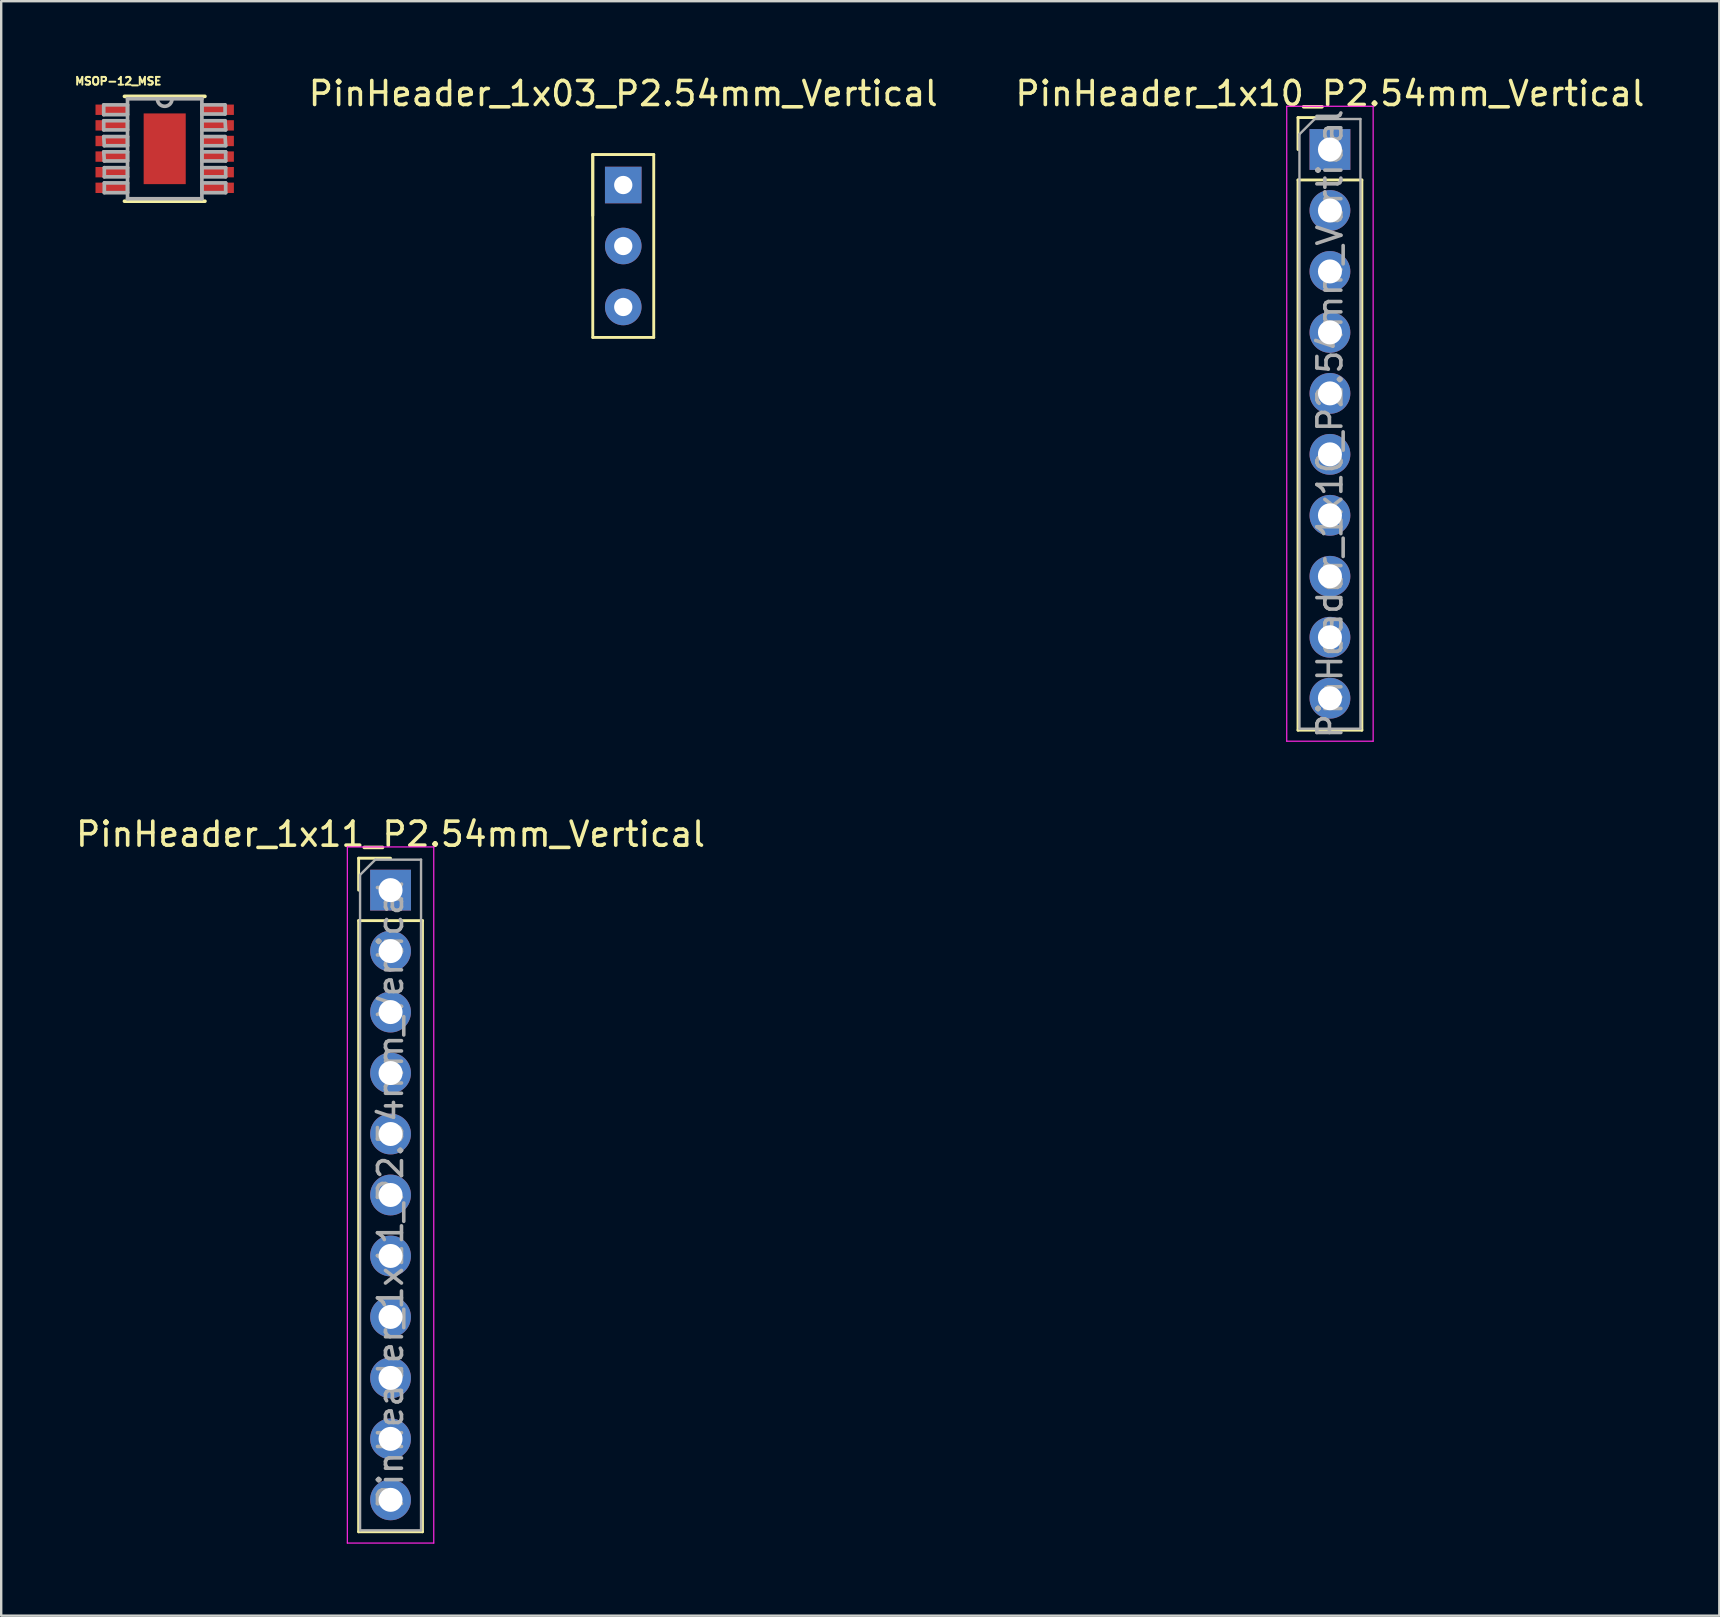
<source format=kicad_pcb>
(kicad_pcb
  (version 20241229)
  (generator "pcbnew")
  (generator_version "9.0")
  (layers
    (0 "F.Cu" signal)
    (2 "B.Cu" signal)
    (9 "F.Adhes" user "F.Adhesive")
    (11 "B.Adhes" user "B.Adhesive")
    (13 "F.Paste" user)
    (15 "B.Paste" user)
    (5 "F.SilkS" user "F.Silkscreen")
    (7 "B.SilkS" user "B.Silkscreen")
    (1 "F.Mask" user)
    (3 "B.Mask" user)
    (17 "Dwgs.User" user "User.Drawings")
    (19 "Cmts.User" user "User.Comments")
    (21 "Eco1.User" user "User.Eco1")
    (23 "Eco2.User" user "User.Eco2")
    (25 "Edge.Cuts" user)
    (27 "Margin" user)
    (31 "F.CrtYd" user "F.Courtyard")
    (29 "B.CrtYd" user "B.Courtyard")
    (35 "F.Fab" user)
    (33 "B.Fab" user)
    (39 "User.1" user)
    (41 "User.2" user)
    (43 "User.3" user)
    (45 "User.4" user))
  (footprint "PinHeader_1x10_P2.54mm_Vertical"
    (layer "F.Cu")
    (at 52.354 3.178)
    (property "Reference" "PinHeader_1x10_P2.54mm_Vertical" (at 0 -2.33 0) (layer "F.SilkS") (effects (font (size 1 1) (thickness 0.15))))
    (attr through_hole)
    (fp_line (start -1.33 -1.33) (end 0 -1.33) (stroke (width 0.12) (type solid)) (layer "F.SilkS"))
    (fp_line (start -1.33 0) (end -1.33 -1.33) (stroke (width 0.12) (type solid)) (layer "F.SilkS"))
    (fp_line (start -1.33 1.27) (end -1.33 24.19) (stroke (width 0.12) (type solid)) (layer "F.SilkS"))
    (fp_line (start -1.33 1.27) (end 1.33 1.27) (stroke (width 0.12) (type solid)) (layer "F.SilkS"))
    (fp_line (start -1.33 24.19) (end 1.33 24.19) (stroke (width 0.12) (type solid)) (layer "F.SilkS"))
    (fp_line (start 1.33 1.27) (end 1.33 24.19) (stroke (width 0.12) (type solid)) (layer "F.SilkS"))
    (fp_line (start -1.8 -1.8) (end -1.8 24.65) (stroke (width 0.05) (type solid)) (layer "F.CrtYd"))
    (fp_line (start -1.8 24.65) (end 1.8 24.65) (stroke (width 0.05) (type solid)) (layer "F.CrtYd"))
    (fp_line (start 1.8 -1.8) (end -1.8 -1.8) (stroke (width 0.05) (type solid)) (layer "F.CrtYd"))
    (fp_line (start 1.8 24.65) (end 1.8 -1.8) (stroke (width 0.05) (type solid)) (layer "F.CrtYd"))
    (fp_line (start -1.27 -0.635) (end -0.635 -1.27) (stroke (width 0.1) (type solid)) (layer "F.Fab"))
    (fp_line (start -1.27 24.13) (end -1.27 -0.635) (stroke (width 0.1) (type solid)) (layer "F.Fab"))
    (fp_line (start -0.635 -1.27) (end 1.27 -1.27) (stroke (width 0.1) (type solid)) (layer "F.Fab"))
    (fp_line (start 1.27 -1.27) (end 1.27 24.13) (stroke (width 0.1) (type solid)) (layer "F.Fab"))
    (fp_line (start 1.27 24.13) (end -1.27 24.13) (stroke (width 0.1) (type solid)) (layer "F.Fab"))
    (fp_text user "${REFERENCE}" (at 0 11.43 90) (layer "F.Fab") (effects (font (size 1 1) (thickness 0.15))))
    (pad "1" thru_hole rect (at 0 0) (size 1.7 1.7) (drill 1) (layers "*.Cu" "*.Mask"))
    (pad "2" thru_hole oval (at 0 2.54) (size 1.7 1.7) (drill 1) (layers "*.Cu" "*.Mask"))
    (pad "3" thru_hole oval (at 0 5.08) (size 1.7 1.7) (drill 1) (layers "*.Cu" "*.Mask"))
    (pad "4" thru_hole oval (at 0 7.62) (size 1.7 1.7) (drill 1) (layers "*.Cu" "*.Mask"))
    (pad "5" thru_hole oval (at 0 10.16) (size 1.7 1.7) (drill 1) (layers "*.Cu" "*.Mask"))
    (pad "6" thru_hole oval (at 0 12.7) (size 1.7 1.7) (drill 1) (layers "*.Cu" "*.Mask"))
    (pad "7" thru_hole oval (at 0 15.24) (size 1.7 1.7) (drill 1) (layers "*.Cu" "*.Mask"))
    (pad "8" thru_hole oval (at 0 17.78) (size 1.7 1.7) (drill 1) (layers "*.Cu" "*.Mask"))
    (pad "9" thru_hole oval (at 0 20.32) (size 1.7 1.7) (drill 1) (layers "*.Cu" "*.Mask"))
    (pad "10" thru_hole oval (at 0 22.86) (size 1.7 1.7) (drill 1) (layers "*.Cu" "*.Mask")))
  (footprint "PinHeader_1x03_P2.54mm_Vertical"
    (layer "F.Cu")
    (at 22.914 4.658)
    (property "Reference" "PinHeader_1x03_P2.54mm_Vertical" (at 0 -3.81 0) (layer "F.SilkS") (effects (font (size 1 1) (thickness 0.15))))
    (attr through_hole)
    (fp_line (start -1.27 -1.27) (end -1.27 1.27) (stroke (width 0.12) (type solid)) (layer "F.SilkS"))
    (fp_line (start -1.27 -1.27) (end -1.27 6.35) (stroke (width 0.12) (type solid)) (layer "F.SilkS"))
    (fp_line (start -1.27 6.35) (end 1.27 6.35) (stroke (width 0.12) (type solid)) (layer "F.SilkS"))
    (fp_line (start 1.27 -1.27) (end -1.27 -1.27) (stroke (width 0.12) (type solid)) (layer "F.SilkS"))
    (fp_line (start 1.27 6.35) (end 1.27 -1.27) (stroke (width 0.12) (type solid)) (layer "F.SilkS"))
    (pad "1" thru_hole rect (at 0 0) (size 1.524 1.524) (drill 0.762) (layers "*.Cu" "*.Mask"))
    (pad "2" thru_hole circle (at 0 2.54) (size 1.524 1.524) (drill 0.762) (layers "*.Cu" "*.Mask"))
    (pad "3" thru_hole circle (at 0 5.08) (size 1.524 1.524) (drill 0.762) (layers "*.Cu" "*.Mask")))
  (footprint "MSOP-12_MSE"
    (layer "F.Cu")
    (at 3.811 3.148)
    (property "Reference" "MSOP-12_MSE" (at -1.934 -2.817 0) (layer "F.SilkS") (effects (font (size 0.324 0.324) (thickness 0.15))))
    (attr through_hole)
    (fp_line (start -1.676 2.184) (end 1.676 2.184) (stroke (width 0.152) (type solid)) (layer "F.SilkS"))
    (fp_line (start 1.676 -2.184) (end -1.676 -2.184) (stroke (width 0.152) (type solid)) (layer "F.SilkS"))
    (fp_poly (pts (xy -0.776 -1.373) (xy -0.776 -0.1) (xy 0.776 -0.1) (xy 0.776 -1.373)) (stroke (width 0.025) (type solid)) (fill yes) (layer "F.Paste"))
    (fp_poly (pts (xy -0.776 0.1) (xy -0.776 1.373) (xy 0.776 1.373) (xy 0.776 0.1)) (stroke (width 0.025) (type solid)) (fill yes) (layer "F.Paste"))
    (fp_line (start -2.54 -1.829) (end -2.54 -1.422) (stroke (width 0.152) (type solid)) (layer "F.Fab"))
    (fp_line (start -2.54 -1.422) (end -1.549 -1.422) (stroke (width 0.152) (type solid)) (layer "F.Fab"))
    (fp_line (start -2.54 -1.168) (end -2.54 -0.787) (stroke (width 0.152) (type solid)) (layer "F.Fab"))
    (fp_line (start -2.54 -0.787) (end -1.549 -0.787) (stroke (width 0.152) (type solid)) (layer "F.Fab"))
    (fp_line (start -2.54 -0.508) (end -2.515 -0.127) (stroke (width 0.152) (type solid)) (layer "F.Fab"))
    (fp_line (start -2.54 0.127) (end -2.515 0.508) (stroke (width 0.152) (type solid)) (layer "F.Fab"))
    (fp_line (start -2.515 -0.127) (end -1.549 -0.127) (stroke (width 0.152) (type solid)) (layer "F.Fab"))
    (fp_line (start -2.515 0.508) (end -1.549 0.508) (stroke (width 0.152) (type solid)) (layer "F.Fab"))
    (fp_line (start -2.515 0.787) (end -2.515 1.168) (stroke (width 0.152) (type solid)) (layer "F.Fab"))
    (fp_line (start -2.515 1.168) (end -1.549 1.168) (stroke (width 0.152) (type solid)) (layer "F.Fab"))
    (fp_line (start -2.515 1.422) (end -2.515 1.829) (stroke (width 0.152) (type solid)) (layer "F.Fab"))
    (fp_line (start -2.515 1.829) (end -1.549 1.829) (stroke (width 0.152) (type solid)) (layer "F.Fab"))
    (fp_line (start -1.549 -2.083) (end -1.549 2.083) (stroke (width 0.152) (type solid)) (layer "F.Fab"))
    (fp_line (start -1.549 -1.829) (end -2.54 -1.829) (stroke (width 0.152) (type solid)) (layer "F.Fab"))
    (fp_line (start -1.549 -1.422) (end -1.549 -1.829) (stroke (width 0.152) (type solid)) (layer "F.Fab"))
    (fp_line (start -1.549 -1.168) (end -2.54 -1.168) (stroke (width 0.152) (type solid)) (layer "F.Fab"))
    (fp_line (start -1.549 -0.787) (end -1.549 -1.168) (stroke (width 0.152) (type solid)) (layer "F.Fab"))
    (fp_line (start -1.549 -0.508) (end -2.54 -0.508) (stroke (width 0.152) (type solid)) (layer "F.Fab"))
    (fp_line (start -1.549 -0.127) (end -1.549 -0.508) (stroke (width 0.152) (type solid)) (layer "F.Fab"))
    (fp_line (start -1.549 0.127) (end -2.54 0.127) (stroke (width 0.152) (type solid)) (layer "F.Fab"))
    (fp_line (start -1.549 0.508) (end -1.549 0.127) (stroke (width 0.152) (type solid)) (layer "F.Fab"))
    (fp_line (start -1.549 0.787) (end -2.515 0.787) (stroke (width 0.152) (type solid)) (layer "F.Fab"))
    (fp_line (start -1.549 1.168) (end -1.549 0.787) (stroke (width 0.152) (type solid)) (layer "F.Fab"))
    (fp_line (start -1.549 1.422) (end -2.515 1.422) (stroke (width 0.152) (type solid)) (layer "F.Fab"))
    (fp_line (start -1.549 1.829) (end -1.549 1.422) (stroke (width 0.152) (type solid)) (layer "F.Fab"))
    (fp_line (start -1.549 2.083) (end 1.549 2.083) (stroke (width 0.152) (type solid)) (layer "F.Fab"))
    (fp_line (start 0.305 -2.083) (end -1.549 -2.083) (stroke (width 0.152) (type solid)) (layer "F.Fab"))
    (fp_line (start 1.549 -2.083) (end 0.305 -2.083) (stroke (width 0.152) (type solid)) (layer "F.Fab"))
    (fp_line (start 1.549 -1.829) (end 1.549 -1.448) (stroke (width 0.152) (type solid)) (layer "F.Fab"))
    (fp_line (start 1.549 -1.448) (end 2.515 -1.448) (stroke (width 0.152) (type solid)) (layer "F.Fab"))
    (fp_line (start 1.549 -1.168) (end 1.549 -0.787) (stroke (width 0.152) (type solid)) (layer "F.Fab"))
    (fp_line (start 1.549 -0.787) (end 2.54 -0.787) (stroke (width 0.152) (type solid)) (layer "F.Fab"))
    (fp_line (start 1.549 -0.508) (end 1.549 -0.127) (stroke (width 0.152) (type solid)) (layer "F.Fab"))
    (fp_line (start 1.549 -0.127) (end 2.54 -0.127) (stroke (width 0.152) (type solid)) (layer "F.Fab"))
    (fp_line (start 1.549 0.127) (end 1.549 0.508) (stroke (width 0.152) (type solid)) (layer "F.Fab"))
    (fp_line (start 1.549 0.508) (end 2.54 0.508) (stroke (width 0.152) (type solid)) (layer "F.Fab"))
    (fp_line (start 1.549 0.787) (end 1.549 1.168) (stroke (width 0.152) (type solid)) (layer "F.Fab"))
    (fp_line (start 1.549 1.168) (end 2.54 1.168) (stroke (width 0.152) (type solid)) (layer "F.Fab"))
    (fp_line (start 1.549 1.422) (end 1.549 1.829) (stroke (width 0.152) (type solid)) (layer "F.Fab"))
    (fp_line (start 1.549 1.829) (end 2.54 1.829) (stroke (width 0.152) (type solid)) (layer "F.Fab"))
    (fp_line (start 1.549 2.083) (end 1.549 -2.083) (stroke (width 0.152) (type solid)) (layer "F.Fab"))
    (fp_line (start 2.515 -1.829) (end 1.549 -1.829) (stroke (width 0.152) (type solid)) (layer "F.Fab"))
    (fp_line (start 2.515 -1.448) (end 2.515 -1.829) (stroke (width 0.152) (type solid)) (layer "F.Fab"))
    (fp_line (start 2.515 -1.168) (end 1.549 -1.168) (stroke (width 0.152) (type solid)) (layer "F.Fab"))
    (fp_line (start 2.515 -0.508) (end 1.549 -0.508) (stroke (width 0.152) (type solid)) (layer "F.Fab"))
    (fp_line (start 2.54 -0.787) (end 2.515 -1.168) (stroke (width 0.152) (type solid)) (layer "F.Fab"))
    (fp_line (start 2.54 -0.127) (end 2.515 -0.508) (stroke (width 0.152) (type solid)) (layer "F.Fab"))
    (fp_line (start 2.54 0.127) (end 1.549 0.127) (stroke (width 0.152) (type solid)) (layer "F.Fab"))
    (fp_line (start 2.54 0.508) (end 2.54 0.127) (stroke (width 0.152) (type solid)) (layer "F.Fab"))
    (fp_line (start 2.54 0.787) (end 1.549 0.787) (stroke (width 0.152) (type solid)) (layer "F.Fab"))
    (fp_line (start 2.54 1.168) (end 2.54 0.787) (stroke (width 0.152) (type solid)) (layer "F.Fab"))
    (fp_line (start 2.54 1.422) (end 1.549 1.422) (stroke (width 0.152) (type solid)) (layer "F.Fab"))
    (fp_line (start 2.54 1.829) (end 2.54 1.422) (stroke (width 0.152) (type solid)) (layer "F.Fab"))
    (fp_arc (start 0.3048 -2.0828) (mid 0.0127 -1.7653) (end -0.3048 -2.0574) (stroke (width 0.1524) (type solid)) (layer "F.Fab"))
    (pad "1" smd rect (at -2.184 -1.626) (size 1.397 0.432) (layers "F.Cu" "F.Mask" "F.Paste"))
    (pad "2" smd rect (at -2.184 -0.975) (size 1.397 0.432) (layers "F.Cu" "F.Mask" "F.Paste"))
    (pad "3" smd rect (at -2.184 -0.325) (size 1.397 0.432) (layers "F.Cu" "F.Mask" "F.Paste"))
    (pad "4" smd rect (at -2.184 0.325) (size 1.397 0.432) (layers "F.Cu" "F.Mask" "F.Paste"))
    (pad "5" smd rect (at -2.184 0.975) (size 1.397 0.432) (layers "F.Cu" "F.Mask" "F.Paste"))
    (pad "6" smd rect (at -2.184 1.626) (size 1.397 0.432) (layers "F.Cu" "F.Mask" "F.Paste"))
    (pad "7" smd rect (at 2.184 1.626) (size 1.397 0.432) (layers "F.Cu" "F.Mask" "F.Paste"))
    (pad "8" smd rect (at 2.184 0.975) (size 1.397 0.432) (layers "F.Cu" "F.Mask" "F.Paste"))
    (pad "9" smd rect (at 2.184 0.325) (size 1.397 0.432) (layers "F.Cu" "F.Mask" "F.Paste"))
    (pad "10" smd rect (at 2.184 -0.325) (size 1.397 0.432) (layers "F.Cu" "F.Mask" "F.Paste"))
    (pad "11" smd rect (at 2.184 -0.975) (size 1.397 0.432) (layers "F.Cu" "F.Mask" "F.Paste"))
    (pad "12" smd rect (at 2.184 -1.626) (size 1.397 0.432) (layers "F.Cu" "F.Mask" "F.Paste"))
    (pad "13" smd rect (at 0 0) (size 1.753 2.946) (layers "F.Cu" "F.Mask")))
  (footprint "PinHeader_1x11_P2.54mm_Vertical"
    (layer "F.Cu")
    (at 13.22 34.032)
    (property "Reference" "PinHeader_1x11_P2.54mm_Vertical" (at 0 -2.33 0) (layer "F.SilkS") (effects (font (size 1 1) (thickness 0.15))))
    (attr through_hole)
    (fp_line (start -1.33 -1.33) (end 0 -1.33) (stroke (width 0.12) (type solid)) (layer "F.SilkS"))
    (fp_line (start -1.33 0) (end -1.33 -1.33) (stroke (width 0.12) (type solid)) (layer "F.SilkS"))
    (fp_line (start -1.33 1.27) (end -1.33 26.73) (stroke (width 0.12) (type solid)) (layer "F.SilkS"))
    (fp_line (start -1.33 1.27) (end 1.33 1.27) (stroke (width 0.12) (type solid)) (layer "F.SilkS"))
    (fp_line (start -1.33 26.73) (end 1.33 26.73) (stroke (width 0.12) (type solid)) (layer "F.SilkS"))
    (fp_line (start 1.33 1.27) (end 1.33 26.73) (stroke (width 0.12) (type solid)) (layer "F.SilkS"))
    (fp_line (start -1.8 -1.8) (end -1.8 27.2) (stroke (width 0.05) (type solid)) (layer "F.CrtYd"))
    (fp_line (start -1.8 27.2) (end 1.8 27.2) (stroke (width 0.05) (type solid)) (layer "F.CrtYd"))
    (fp_line (start 1.8 -1.8) (end -1.8 -1.8) (stroke (width 0.05) (type solid)) (layer "F.CrtYd"))
    (fp_line (start 1.8 27.2) (end 1.8 -1.8) (stroke (width 0.05) (type solid)) (layer "F.CrtYd"))
    (fp_line (start -1.27 -0.635) (end -0.635 -1.27) (stroke (width 0.1) (type solid)) (layer "F.Fab"))
    (fp_line (start -1.27 26.67) (end -1.27 -0.635) (stroke (width 0.1) (type solid)) (layer "F.Fab"))
    (fp_line (start -0.635 -1.27) (end 1.27 -1.27) (stroke (width 0.1) (type solid)) (layer "F.Fab"))
    (fp_line (start 1.27 -1.27) (end 1.27 26.67) (stroke (width 0.1) (type solid)) (layer "F.Fab"))
    (fp_line (start 1.27 26.67) (end -1.27 26.67) (stroke (width 0.1) (type solid)) (layer "F.Fab"))
    (fp_text user "${REFERENCE}" (at 0 12.7 90) (layer "F.Fab") (effects (font (size 1 1) (thickness 0.15))))
    (pad "1" thru_hole rect (at 0 0) (size 1.7 1.7) (drill 1) (layers "*.Cu" "*.Mask"))
    (pad "2" thru_hole oval (at 0 2.54) (size 1.7 1.7) (drill 1) (layers "*.Cu" "*.Mask"))
    (pad "3" thru_hole oval (at 0 5.08) (size 1.7 1.7) (drill 1) (layers "*.Cu" "*.Mask"))
    (pad "4" thru_hole oval (at 0 7.62) (size 1.7 1.7) (drill 1) (layers "*.Cu" "*.Mask"))
    (pad "5" thru_hole oval (at 0 10.16) (size 1.7 1.7) (drill 1) (layers "*.Cu" "*.Mask"))
    (pad "6" thru_hole oval (at 0 12.7) (size 1.7 1.7) (drill 1) (layers "*.Cu" "*.Mask"))
    (pad "7" thru_hole oval (at 0 15.24) (size 1.7 1.7) (drill 1) (layers "*.Cu" "*.Mask"))
    (pad "8" thru_hole oval (at 0 17.78) (size 1.7 1.7) (drill 1) (layers "*.Cu" "*.Mask"))
    (pad "9" thru_hole oval (at 0 20.32) (size 1.7 1.7) (drill 1) (layers "*.Cu" "*.Mask"))
    (pad "10" thru_hole oval (at 0 22.86) (size 1.7 1.7) (drill 1) (layers "*.Cu" "*.Mask"))
    (pad "11" thru_hole oval (at 0 25.4) (size 1.7 1.7) (drill 1) (layers "*.Cu" "*.Mask")))
  (gr_rect
    (start -3 -3)
    (end 68.575 64.257)
    (stroke (width 0.1) (type default))
    (fill no)
    (layer "Edge.Cuts")))
</source>
